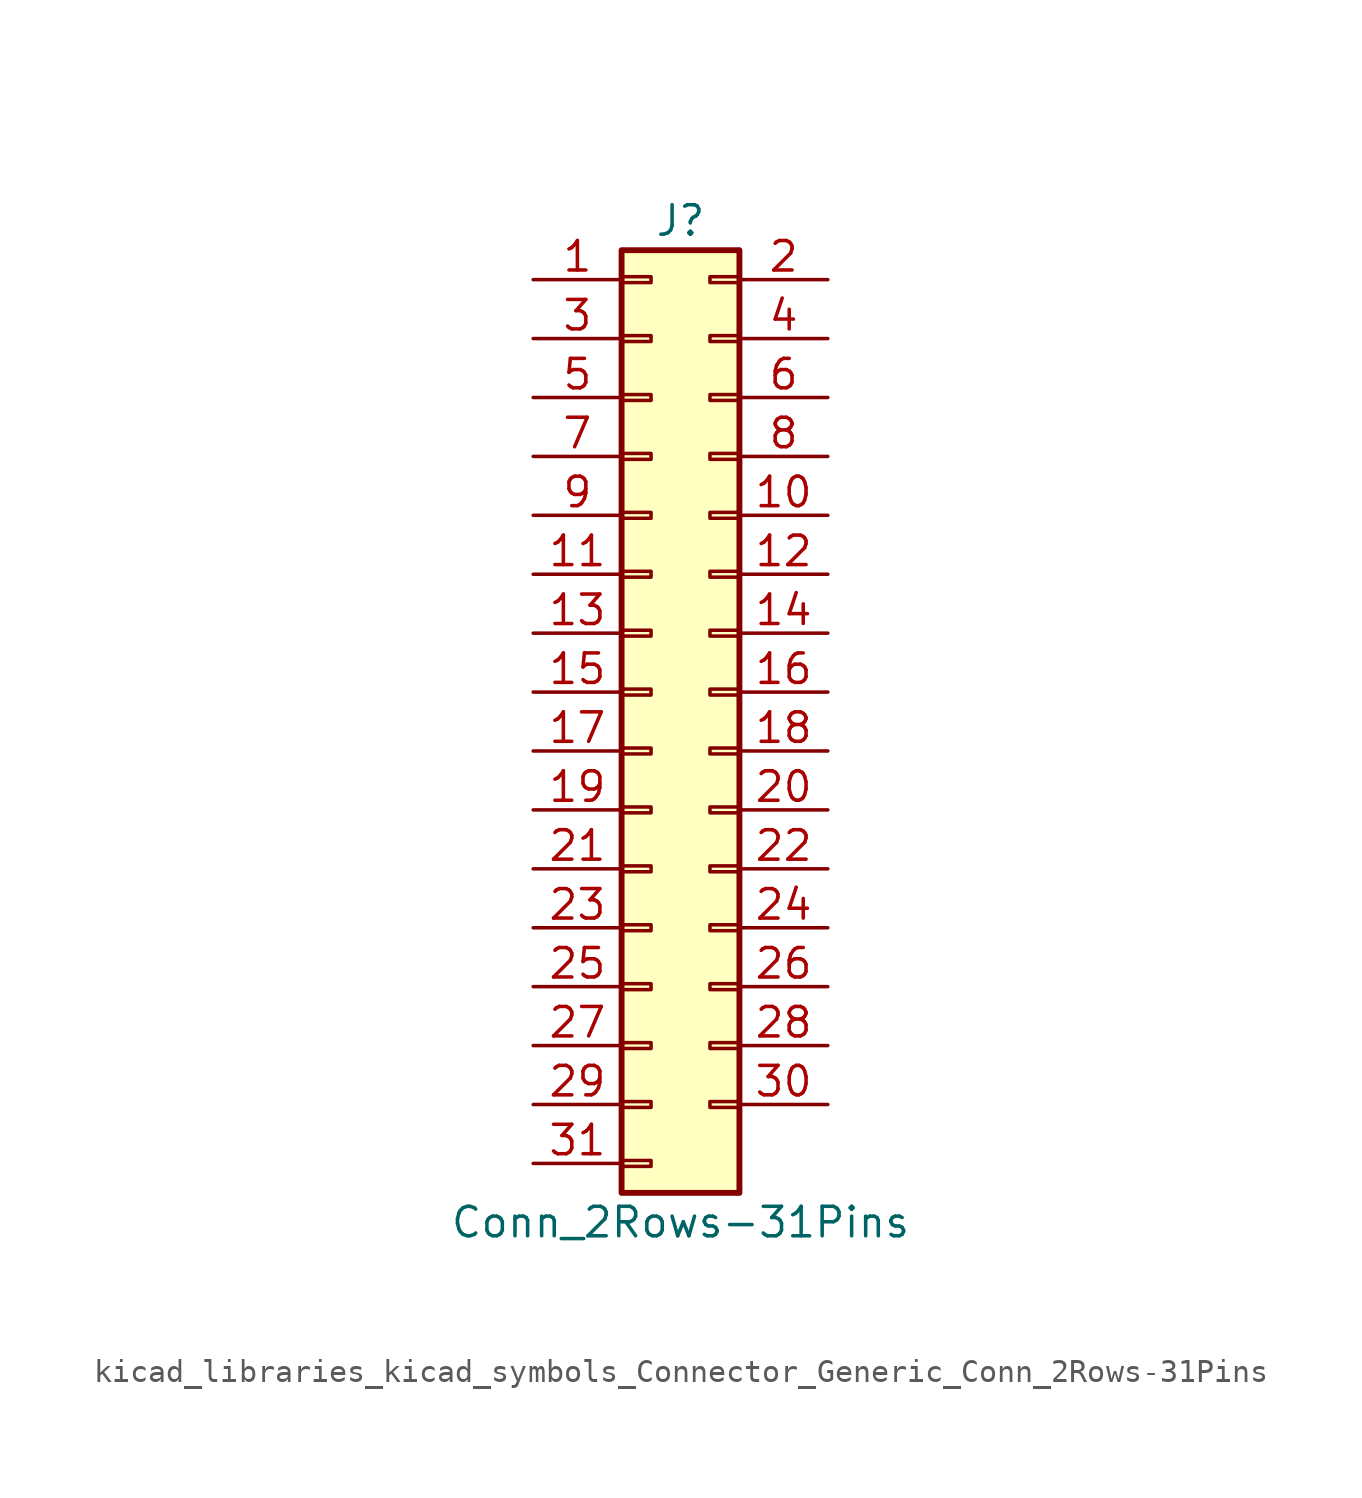
<source format=kicad_sym>
(kicad_symbol_lib
  (version 20220914)
  (generator kicad_symbol_editor)
  (symbol "kicad_libraries_kicad_symbols_Connector_Generic_Conn_2Rows-31Pins"
    (pin_names
      (offset 1.016) hide)
    (property "Reference" "J"
      (at 1.27 20.32 0)
      (effects (font (size 1.27 1.27))))
    (property "Value" "Conn_2Rows-31Pins"
      (at 1.27 -22.86 0)
      (effects (font (size 1.27 1.27))))
    (symbol "kicad_libraries_kicad_symbols_Connector_Generic_Conn_2Rows-31Pins_1_1"
      (rectangle (start -1.27 -20.193) (end 0 -20.447) (stroke (width 0.152) (type default)) (fill (type none)))
      (rectangle (start -1.27 -17.653) (end 0 -17.907) (stroke (width 0.152) (type default)) (fill (type none)))
      (rectangle (start -1.27 -15.113) (end 0 -15.367) (stroke (width 0.152) (type default)) (fill (type none)))
      (rectangle (start -1.27 -12.573) (end 0 -12.827) (stroke (width 0.152) (type default)) (fill (type none)))
      (rectangle (start -1.27 -10.033) (end 0 -10.287) (stroke (width 0.152) (type default)) (fill (type none)))
      (rectangle (start -1.27 -7.493) (end 0 -7.747) (stroke (width 0.152) (type default)) (fill (type none)))
      (rectangle (start -1.27 -4.953) (end 0 -5.207) (stroke (width 0.152) (type default)) (fill (type none)))
      (rectangle (start -1.27 -2.413) (end 0 -2.667) (stroke (width 0.152) (type default)) (fill (type none)))
      (rectangle (start -1.27 0.127) (end 0 -0.127) (stroke (width 0.152) (type default)) (fill (type none)))
      (rectangle (start -1.27 2.667) (end 0 2.413) (stroke (width 0.152) (type default)) (fill (type none)))
      (rectangle (start -1.27 5.207) (end 0 4.953) (stroke (width 0.152) (type default)) (fill (type none)))
      (rectangle (start -1.27 7.747) (end 0 7.493) (stroke (width 0.152) (type default)) (fill (type none)))
      (rectangle (start -1.27 10.287) (end 0 10.033) (stroke (width 0.152) (type default)) (fill (type none)))
      (rectangle (start -1.27 12.827) (end 0 12.573) (stroke (width 0.152) (type default)) (fill (type none)))
      (rectangle (start -1.27 15.367) (end 0 15.113) (stroke (width 0.152) (type default)) (fill (type none)))
      (rectangle (start -1.27 17.907) (end 0 17.653) (stroke (width 0.152) (type default)) (fill (type none)))
      (rectangle (start -1.27 19.05) (end 3.81 -21.59) (stroke (width 0.254) (type default)) (fill (type background)))
      (rectangle (start 3.81 -17.653) (end 2.54 -17.907) (stroke (width 0.152) (type default)) (fill (type none)))
      (rectangle (start 3.81 -15.113) (end 2.54 -15.367) (stroke (width 0.152) (type default)) (fill (type none)))
      (rectangle (start 3.81 -12.573) (end 2.54 -12.827) (stroke (width 0.152) (type default)) (fill (type none)))
      (rectangle (start 3.81 -10.033) (end 2.54 -10.287) (stroke (width 0.152) (type default)) (fill (type none)))
      (rectangle (start 3.81 -7.493) (end 2.54 -7.747) (stroke (width 0.152) (type default)) (fill (type none)))
      (rectangle (start 3.81 -4.953) (end 2.54 -5.207) (stroke (width 0.152) (type default)) (fill (type none)))
      (rectangle (start 3.81 -2.413) (end 2.54 -2.667) (stroke (width 0.152) (type default)) (fill (type none)))
      (rectangle (start 3.81 0.127) (end 2.54 -0.127) (stroke (width 0.152) (type default)) (fill (type none)))
      (rectangle (start 3.81 2.667) (end 2.54 2.413) (stroke (width 0.152) (type default)) (fill (type none)))
      (rectangle (start 3.81 5.207) (end 2.54 4.953) (stroke (width 0.152) (type default)) (fill (type none)))
      (rectangle (start 3.81 7.747) (end 2.54 7.493) (stroke (width 0.152) (type default)) (fill (type none)))
      (rectangle (start 3.81 10.287) (end 2.54 10.033) (stroke (width 0.152) (type default)) (fill (type none)))
      (rectangle (start 3.81 12.827) (end 2.54 12.573) (stroke (width 0.152) (type default)) (fill (type none)))
      (rectangle (start 3.81 15.367) (end 2.54 15.113) (stroke (width 0.152) (type default)) (fill (type none)))
      (rectangle (start 3.81 17.907) (end 2.54 17.653) (stroke (width 0.152) (type default)) (fill (type none)))
      (pin passive line (at -5.08 17.78 0) (length 3.81) (name "Pin_1" (effects (font (size 1.27 1.27)))) (number "1" (effects (font (size 1.27 1.27)))))
      (pin passive line (at 7.62 7.62 180) (length 3.81) (name "Pin_10" (effects (font (size 1.27 1.27)))) (number "10" (effects (font (size 1.27 1.27)))))
      (pin passive line (at -5.08 5.08 0) (length 3.81) (name "Pin_11" (effects (font (size 1.27 1.27)))) (number "11" (effects (font (size 1.27 1.27)))))
      (pin passive line (at 7.62 5.08 180) (length 3.81) (name "Pin_12" (effects (font (size 1.27 1.27)))) (number "12" (effects (font (size 1.27 1.27)))))
      (pin passive line (at -5.08 2.54 0) (length 3.81) (name "Pin_13" (effects (font (size 1.27 1.27)))) (number "13" (effects (font (size 1.27 1.27)))))
      (pin passive line (at 7.62 2.54 180) (length 3.81) (name "Pin_14" (effects (font (size 1.27 1.27)))) (number "14" (effects (font (size 1.27 1.27)))))
      (pin passive line (at -5.08 0 0) (length 3.81) (name "Pin_15" (effects (font (size 1.27 1.27)))) (number "15" (effects (font (size 1.27 1.27)))))
      (pin passive line (at 7.62 0 180) (length 3.81) (name "Pin_16" (effects (font (size 1.27 1.27)))) (number "16" (effects (font (size 1.27 1.27)))))
      (pin passive line (at -5.08 -2.54 0) (length 3.81) (name "Pin_17" (effects (font (size 1.27 1.27)))) (number "17" (effects (font (size 1.27 1.27)))))
      (pin passive line (at 7.62 -2.54 180) (length 3.81) (name "Pin_18" (effects (font (size 1.27 1.27)))) (number "18" (effects (font (size 1.27 1.27)))))
      (pin passive line (at -5.08 -5.08 0) (length 3.81) (name "Pin_19" (effects (font (size 1.27 1.27)))) (number "19" (effects (font (size 1.27 1.27)))))
      (pin passive line (at 7.62 17.78 180) (length 3.81) (name "Pin_2" (effects (font (size 1.27 1.27)))) (number "2" (effects (font (size 1.27 1.27)))))
      (pin passive line (at 7.62 -5.08 180) (length 3.81) (name "Pin_20" (effects (font (size 1.27 1.27)))) (number "20" (effects (font (size 1.27 1.27)))))
      (pin passive line (at -5.08 -7.62 0) (length 3.81) (name "Pin_21" (effects (font (size 1.27 1.27)))) (number "21" (effects (font (size 1.27 1.27)))))
      (pin passive line (at 7.62 -7.62 180) (length 3.81) (name "Pin_22" (effects (font (size 1.27 1.27)))) (number "22" (effects (font (size 1.27 1.27)))))
      (pin passive line (at -5.08 -10.16 0) (length 3.81) (name "Pin_23" (effects (font (size 1.27 1.27)))) (number "23" (effects (font (size 1.27 1.27)))))
      (pin passive line (at 7.62 -10.16 180) (length 3.81) (name "Pin_24" (effects (font (size 1.27 1.27)))) (number "24" (effects (font (size 1.27 1.27)))))
      (pin passive line (at -5.08 -12.7 0) (length 3.81) (name "Pin_25" (effects (font (size 1.27 1.27)))) (number "25" (effects (font (size 1.27 1.27)))))
      (pin passive line (at 7.62 -12.7 180) (length 3.81) (name "Pin_26" (effects (font (size 1.27 1.27)))) (number "26" (effects (font (size 1.27 1.27)))))
      (pin passive line (at -5.08 -15.24 0) (length 3.81) (name "Pin_27" (effects (font (size 1.27 1.27)))) (number "27" (effects (font (size 1.27 1.27)))))
      (pin passive line (at 7.62 -15.24 180) (length 3.81) (name "Pin_28" (effects (font (size 1.27 1.27)))) (number "28" (effects (font (size 1.27 1.27)))))
      (pin passive line (at -5.08 -17.78 0) (length 3.81) (name "Pin_29" (effects (font (size 1.27 1.27)))) (number "29" (effects (font (size 1.27 1.27)))))
      (pin passive line (at -5.08 15.24 0) (length 3.81) (name "Pin_3" (effects (font (size 1.27 1.27)))) (number "3" (effects (font (size 1.27 1.27)))))
      (pin passive line (at 7.62 -17.78 180) (length 3.81) (name "Pin_30" (effects (font (size 1.27 1.27)))) (number "30" (effects (font (size 1.27 1.27)))))
      (pin passive line (at -5.08 -20.32 0) (length 3.81) (name "Pin_31" (effects (font (size 1.27 1.27)))) (number "31" (effects (font (size 1.27 1.27)))))
      (pin passive line (at 7.62 15.24 180) (length 3.81) (name "Pin_4" (effects (font (size 1.27 1.27)))) (number "4" (effects (font (size 1.27 1.27)))))
      (pin passive line (at -5.08 12.7 0) (length 3.81) (name "Pin_5" (effects (font (size 1.27 1.27)))) (number "5" (effects (font (size 1.27 1.27)))))
      (pin passive line (at 7.62 12.7 180) (length 3.81) (name "Pin_6" (effects (font (size 1.27 1.27)))) (number "6" (effects (font (size 1.27 1.27)))))
      (pin passive line (at -5.08 10.16 0) (length 3.81) (name "Pin_7" (effects (font (size 1.27 1.27)))) (number "7" (effects (font (size 1.27 1.27)))))
      (pin passive line (at 7.62 10.16 180) (length 3.81) (name "Pin_8" (effects (font (size 1.27 1.27)))) (number "8" (effects (font (size 1.27 1.27)))))
      (pin passive line (at -5.08 7.62 0) (length 3.81) (name "Pin_9" (effects (font (size 1.27 1.27)))) (number "9" (effects (font (size 1.27 1.27))))))))
</source>
